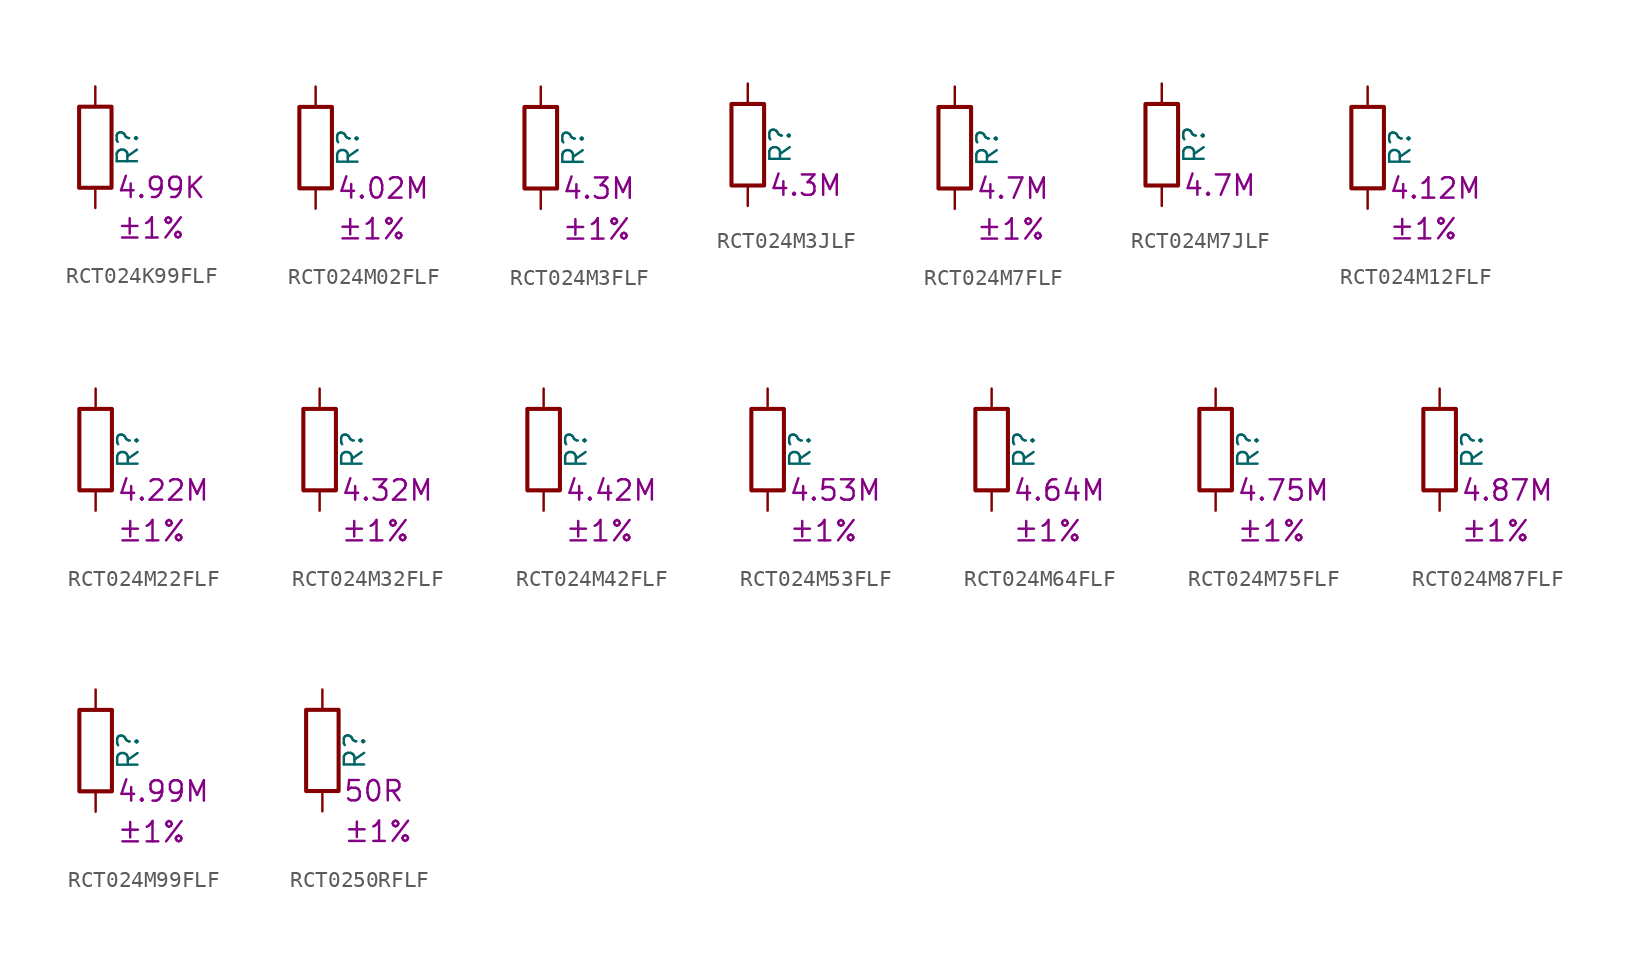
<source format=kicad_sym>
(kicad_symbol_lib
  (version 20220914)
  (generator kicad_symbol_editor)
  (symbol "RCT024K99FLF"
    (pin_numbers hide)
    (pin_names
      (offset 0))
    (property "Reference" "R"
      (at 2.032 0 90)
      (effects (font (size 1.27 1.27))))
    (property "Resistance" "4.99K"
      (at 1.27 -2.54 0)
      (effects (font (size 1.27 1.27)) (justify left)))
    (property "Tolerance" "±1%"
      (at 1.27 -5.08 0)
      (effects (font (size 1.27 1.27)) (justify left)))
    (symbol "RCT024K99FLF_0_1"
      (rectangle (start -1.016 -2.54) (end 1.016 2.54) (stroke (width 0.254) (type default)) (fill (type none))))
    (symbol "RCT024K99FLF_1_1"
      (pin passive line (at 0 3.81 270) (length 1.27) (name "~" (effects (font (size 1.27 1.27)))) (number "1" (effects (font (size 1.27 1.27)))))
      (pin passive line (at 0 -3.81 90) (length 1.27) (name "~" (effects (font (size 1.27 1.27)))) (number "2" (effects (font (size 1.27 1.27)))))))
  (symbol "RCT024M02FLF"
    (pin_numbers hide)
    (pin_names
      (offset 0))
    (property "Reference" "R"
      (at 2.032 0 90)
      (effects (font (size 1.27 1.27))))
    (property "Resistance" "4.02M"
      (at 1.27 -2.54 0)
      (effects (font (size 1.27 1.27)) (justify left)))
    (property "Tolerance" "±1%"
      (at 1.27 -5.08 0)
      (effects (font (size 1.27 1.27)) (justify left)))
    (symbol "RCT024M02FLF_0_1"
      (rectangle (start -1.016 -2.54) (end 1.016 2.54) (stroke (width 0.254) (type default)) (fill (type none))))
    (symbol "RCT024M02FLF_1_1"
      (pin passive line (at 0 3.81 270) (length 1.27) (name "~" (effects (font (size 1.27 1.27)))) (number "1" (effects (font (size 1.27 1.27)))))
      (pin passive line (at 0 -3.81 90) (length 1.27) (name "~" (effects (font (size 1.27 1.27)))) (number "2" (effects (font (size 1.27 1.27)))))))
  (symbol "RCT024M3FLF"
    (pin_numbers hide)
    (pin_names
      (offset 0))
    (property "Reference" "R"
      (at 2.032 0 90)
      (effects (font (size 1.27 1.27))))
    (property "Resistance" "4.3M"
      (at 1.27 -2.54 0)
      (effects (font (size 1.27 1.27)) (justify left)))
    (property "Tolerance" "±1%"
      (at 1.27 -5.08 0)
      (effects (font (size 1.27 1.27)) (justify left)))
    (symbol "RCT024M3FLF_0_1"
      (rectangle (start -1.016 -2.54) (end 1.016 2.54) (stroke (width 0.254) (type default)) (fill (type none))))
    (symbol "RCT024M3FLF_1_1"
      (pin passive line (at 0 3.81 270) (length 1.27) (name "~" (effects (font (size 1.27 1.27)))) (number "1" (effects (font (size 1.27 1.27)))))
      (pin passive line (at 0 -3.81 90) (length 1.27) (name "~" (effects (font (size 1.27 1.27)))) (number "2" (effects (font (size 1.27 1.27)))))))
  (symbol "RCT024M3JLF"
    (pin_numbers hide)
    (pin_names
      (offset 0))
    (property "Reference" "R"
      (at 2.032 0 90)
      (effects (font (size 1.27 1.27))))
    (property "Resistance" "4.3M"
      (at 1.27 -2.54 0)
      (effects (font (size 1.27 1.27)) (justify left)))
    (symbol "RCT024M3JLF_0_1"
      (rectangle (start -1.016 -2.54) (end 1.016 2.54) (stroke (width 0.254) (type default)) (fill (type none))))
    (symbol "RCT024M3JLF_1_1"
      (pin passive line (at 0 3.81 270) (length 1.27) (name "~" (effects (font (size 1.27 1.27)))) (number "1" (effects (font (size 1.27 1.27)))))
      (pin passive line (at 0 -3.81 90) (length 1.27) (name "~" (effects (font (size 1.27 1.27)))) (number "2" (effects (font (size 1.27 1.27)))))))
  (symbol "RCT024M7FLF"
    (pin_numbers hide)
    (pin_names
      (offset 0))
    (property "Reference" "R"
      (at 2.032 0 90)
      (effects (font (size 1.27 1.27))))
    (property "Resistance" "4.7M"
      (at 1.27 -2.54 0)
      (effects (font (size 1.27 1.27)) (justify left)))
    (property "Tolerance" "±1%"
      (at 1.27 -5.08 0)
      (effects (font (size 1.27 1.27)) (justify left)))
    (symbol "RCT024M7FLF_0_1"
      (rectangle (start -1.016 -2.54) (end 1.016 2.54) (stroke (width 0.254) (type default)) (fill (type none))))
    (symbol "RCT024M7FLF_1_1"
      (pin passive line (at 0 3.81 270) (length 1.27) (name "~" (effects (font (size 1.27 1.27)))) (number "1" (effects (font (size 1.27 1.27)))))
      (pin passive line (at 0 -3.81 90) (length 1.27) (name "~" (effects (font (size 1.27 1.27)))) (number "2" (effects (font (size 1.27 1.27)))))))
  (symbol "RCT024M7JLF"
    (pin_numbers hide)
    (pin_names
      (offset 0))
    (property "Reference" "R"
      (at 2.032 0 90)
      (effects (font (size 1.27 1.27))))
    (property "Resistance" "4.7M"
      (at 1.27 -2.54 0)
      (effects (font (size 1.27 1.27)) (justify left)))
    (symbol "RCT024M7JLF_0_1"
      (rectangle (start -1.016 -2.54) (end 1.016 2.54) (stroke (width 0.254) (type default)) (fill (type none))))
    (symbol "RCT024M7JLF_1_1"
      (pin passive line (at 0 3.81 270) (length 1.27) (name "~" (effects (font (size 1.27 1.27)))) (number "1" (effects (font (size 1.27 1.27)))))
      (pin passive line (at 0 -3.81 90) (length 1.27) (name "~" (effects (font (size 1.27 1.27)))) (number "2" (effects (font (size 1.27 1.27)))))))
  (symbol "RCT024M12FLF"
    (pin_numbers hide)
    (pin_names
      (offset 0))
    (property "Reference" "R"
      (at 2.032 0 90)
      (effects (font (size 1.27 1.27))))
    (property "Resistance" "4.12M"
      (at 1.27 -2.54 0)
      (effects (font (size 1.27 1.27)) (justify left)))
    (property "Tolerance" "±1%"
      (at 1.27 -5.08 0)
      (effects (font (size 1.27 1.27)) (justify left)))
    (symbol "RCT024M12FLF_0_1"
      (rectangle (start -1.016 -2.54) (end 1.016 2.54) (stroke (width 0.254) (type default)) (fill (type none))))
    (symbol "RCT024M12FLF_1_1"
      (pin passive line (at 0 3.81 270) (length 1.27) (name "~" (effects (font (size 1.27 1.27)))) (number "1" (effects (font (size 1.27 1.27)))))
      (pin passive line (at 0 -3.81 90) (length 1.27) (name "~" (effects (font (size 1.27 1.27)))) (number "2" (effects (font (size 1.27 1.27)))))))
  (symbol "RCT024M22FLF"
    (pin_numbers hide)
    (pin_names
      (offset 0))
    (property "Reference" "R"
      (at 2.032 0 90)
      (effects (font (size 1.27 1.27))))
    (property "Resistance" "4.22M"
      (at 1.27 -2.54 0)
      (effects (font (size 1.27 1.27)) (justify left)))
    (property "Tolerance" "±1%"
      (at 1.27 -5.08 0)
      (effects (font (size 1.27 1.27)) (justify left)))
    (symbol "RCT024M22FLF_0_1"
      (rectangle (start -1.016 -2.54) (end 1.016 2.54) (stroke (width 0.254) (type default)) (fill (type none))))
    (symbol "RCT024M22FLF_1_1"
      (pin passive line (at 0 3.81 270) (length 1.27) (name "~" (effects (font (size 1.27 1.27)))) (number "1" (effects (font (size 1.27 1.27)))))
      (pin passive line (at 0 -3.81 90) (length 1.27) (name "~" (effects (font (size 1.27 1.27)))) (number "2" (effects (font (size 1.27 1.27)))))))
  (symbol "RCT024M32FLF"
    (pin_numbers hide)
    (pin_names
      (offset 0))
    (property "Reference" "R"
      (at 2.032 0 90)
      (effects (font (size 1.27 1.27))))
    (property "Resistance" "4.32M"
      (at 1.27 -2.54 0)
      (effects (font (size 1.27 1.27)) (justify left)))
    (property "Tolerance" "±1%"
      (at 1.27 -5.08 0)
      (effects (font (size 1.27 1.27)) (justify left)))
    (symbol "RCT024M32FLF_0_1"
      (rectangle (start -1.016 -2.54) (end 1.016 2.54) (stroke (width 0.254) (type default)) (fill (type none))))
    (symbol "RCT024M32FLF_1_1"
      (pin passive line (at 0 3.81 270) (length 1.27) (name "~" (effects (font (size 1.27 1.27)))) (number "1" (effects (font (size 1.27 1.27)))))
      (pin passive line (at 0 -3.81 90) (length 1.27) (name "~" (effects (font (size 1.27 1.27)))) (number "2" (effects (font (size 1.27 1.27)))))))
  (symbol "RCT024M42FLF"
    (pin_numbers hide)
    (pin_names
      (offset 0))
    (property "Reference" "R"
      (at 2.032 0 90)
      (effects (font (size 1.27 1.27))))
    (property "Resistance" "4.42M"
      (at 1.27 -2.54 0)
      (effects (font (size 1.27 1.27)) (justify left)))
    (property "Tolerance" "±1%"
      (at 1.27 -5.08 0)
      (effects (font (size 1.27 1.27)) (justify left)))
    (symbol "RCT024M42FLF_0_1"
      (rectangle (start -1.016 -2.54) (end 1.016 2.54) (stroke (width 0.254) (type default)) (fill (type none))))
    (symbol "RCT024M42FLF_1_1"
      (pin passive line (at 0 3.81 270) (length 1.27) (name "~" (effects (font (size 1.27 1.27)))) (number "1" (effects (font (size 1.27 1.27)))))
      (pin passive line (at 0 -3.81 90) (length 1.27) (name "~" (effects (font (size 1.27 1.27)))) (number "2" (effects (font (size 1.27 1.27)))))))
  (symbol "RCT024M53FLF"
    (pin_numbers hide)
    (pin_names
      (offset 0))
    (property "Reference" "R"
      (at 2.032 0 90)
      (effects (font (size 1.27 1.27))))
    (property "Resistance" "4.53M"
      (at 1.27 -2.54 0)
      (effects (font (size 1.27 1.27)) (justify left)))
    (property "Tolerance" "±1%"
      (at 1.27 -5.08 0)
      (effects (font (size 1.27 1.27)) (justify left)))
    (symbol "RCT024M53FLF_0_1"
      (rectangle (start -1.016 -2.54) (end 1.016 2.54) (stroke (width 0.254) (type default)) (fill (type none))))
    (symbol "RCT024M53FLF_1_1"
      (pin passive line (at 0 3.81 270) (length 1.27) (name "~" (effects (font (size 1.27 1.27)))) (number "1" (effects (font (size 1.27 1.27)))))
      (pin passive line (at 0 -3.81 90) (length 1.27) (name "~" (effects (font (size 1.27 1.27)))) (number "2" (effects (font (size 1.27 1.27)))))))
  (symbol "RCT024M64FLF"
    (pin_numbers hide)
    (pin_names
      (offset 0))
    (property "Reference" "R"
      (at 2.032 0 90)
      (effects (font (size 1.27 1.27))))
    (property "Resistance" "4.64M"
      (at 1.27 -2.54 0)
      (effects (font (size 1.27 1.27)) (justify left)))
    (property "Tolerance" "±1%"
      (at 1.27 -5.08 0)
      (effects (font (size 1.27 1.27)) (justify left)))
    (symbol "RCT024M64FLF_0_1"
      (rectangle (start -1.016 -2.54) (end 1.016 2.54) (stroke (width 0.254) (type default)) (fill (type none))))
    (symbol "RCT024M64FLF_1_1"
      (pin passive line (at 0 3.81 270) (length 1.27) (name "~" (effects (font (size 1.27 1.27)))) (number "1" (effects (font (size 1.27 1.27)))))
      (pin passive line (at 0 -3.81 90) (length 1.27) (name "~" (effects (font (size 1.27 1.27)))) (number "2" (effects (font (size 1.27 1.27)))))))
  (symbol "RCT024M75FLF"
    (pin_numbers hide)
    (pin_names
      (offset 0))
    (property "Reference" "R"
      (at 2.032 0 90)
      (effects (font (size 1.27 1.27))))
    (property "Resistance" "4.75M"
      (at 1.27 -2.54 0)
      (effects (font (size 1.27 1.27)) (justify left)))
    (property "Tolerance" "±1%"
      (at 1.27 -5.08 0)
      (effects (font (size 1.27 1.27)) (justify left)))
    (symbol "RCT024M75FLF_0_1"
      (rectangle (start -1.016 -2.54) (end 1.016 2.54) (stroke (width 0.254) (type default)) (fill (type none))))
    (symbol "RCT024M75FLF_1_1"
      (pin passive line (at 0 3.81 270) (length 1.27) (name "~" (effects (font (size 1.27 1.27)))) (number "1" (effects (font (size 1.27 1.27)))))
      (pin passive line (at 0 -3.81 90) (length 1.27) (name "~" (effects (font (size 1.27 1.27)))) (number "2" (effects (font (size 1.27 1.27)))))))
  (symbol "RCT024M87FLF"
    (pin_numbers hide)
    (pin_names
      (offset 0))
    (property "Reference" "R"
      (at 2.032 0 90)
      (effects (font (size 1.27 1.27))))
    (property "Resistance" "4.87M"
      (at 1.27 -2.54 0)
      (effects (font (size 1.27 1.27)) (justify left)))
    (property "Tolerance" "±1%"
      (at 1.27 -5.08 0)
      (effects (font (size 1.27 1.27)) (justify left)))
    (symbol "RCT024M87FLF_0_1"
      (rectangle (start -1.016 -2.54) (end 1.016 2.54) (stroke (width 0.254) (type default)) (fill (type none))))
    (symbol "RCT024M87FLF_1_1"
      (pin passive line (at 0 3.81 270) (length 1.27) (name "~" (effects (font (size 1.27 1.27)))) (number "1" (effects (font (size 1.27 1.27)))))
      (pin passive line (at 0 -3.81 90) (length 1.27) (name "~" (effects (font (size 1.27 1.27)))) (number "2" (effects (font (size 1.27 1.27)))))))
  (symbol "RCT024M99FLF"
    (pin_numbers hide)
    (pin_names
      (offset 0))
    (property "Reference" "R"
      (at 2.032 0 90)
      (effects (font (size 1.27 1.27))))
    (property "Resistance" "4.99M"
      (at 1.27 -2.54 0)
      (effects (font (size 1.27 1.27)) (justify left)))
    (property "Tolerance" "±1%"
      (at 1.27 -5.08 0)
      (effects (font (size 1.27 1.27)) (justify left)))
    (symbol "RCT024M99FLF_0_1"
      (rectangle (start -1.016 -2.54) (end 1.016 2.54) (stroke (width 0.254) (type default)) (fill (type none))))
    (symbol "RCT024M99FLF_1_1"
      (pin passive line (at 0 3.81 270) (length 1.27) (name "~" (effects (font (size 1.27 1.27)))) (number "1" (effects (font (size 1.27 1.27)))))
      (pin passive line (at 0 -3.81 90) (length 1.27) (name "~" (effects (font (size 1.27 1.27)))) (number "2" (effects (font (size 1.27 1.27)))))))
  (symbol "RCT0250RFLF"
    (pin_numbers hide)
    (pin_names
      (offset 0))
    (property "Reference" "R"
      (at 2.032 0 90)
      (effects (font (size 1.27 1.27))))
    (property "Resistance" "50R"
      (at 1.27 -2.54 0)
      (effects (font (size 1.27 1.27)) (justify left)))
    (property "Tolerance" "±1%"
      (at 1.27 -5.08 0)
      (effects (font (size 1.27 1.27)) (justify left)))
    (symbol "RCT0250RFLF_0_1"
      (rectangle (start -1.016 -2.54) (end 1.016 2.54) (stroke (width 0.254) (type default)) (fill (type none))))
    (symbol "RCT0250RFLF_1_1"
      (pin passive line (at 0 3.81 270) (length 1.27) (name "~" (effects (font (size 1.27 1.27)))) (number "1" (effects (font (size 1.27 1.27)))))
      (pin passive line (at 0 -3.81 90) (length 1.27) (name "~" (effects (font (size 1.27 1.27)))) (number "2" (effects (font (size 1.27 1.27))))))))
</source>
